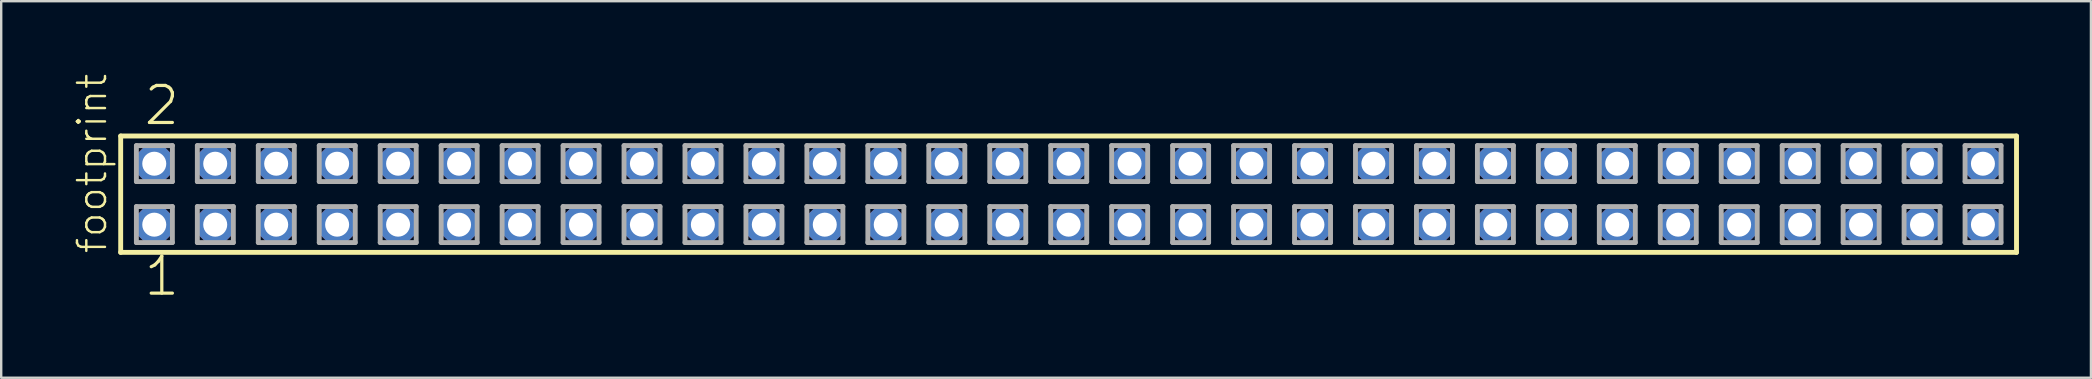
<source format=kicad_pcb>
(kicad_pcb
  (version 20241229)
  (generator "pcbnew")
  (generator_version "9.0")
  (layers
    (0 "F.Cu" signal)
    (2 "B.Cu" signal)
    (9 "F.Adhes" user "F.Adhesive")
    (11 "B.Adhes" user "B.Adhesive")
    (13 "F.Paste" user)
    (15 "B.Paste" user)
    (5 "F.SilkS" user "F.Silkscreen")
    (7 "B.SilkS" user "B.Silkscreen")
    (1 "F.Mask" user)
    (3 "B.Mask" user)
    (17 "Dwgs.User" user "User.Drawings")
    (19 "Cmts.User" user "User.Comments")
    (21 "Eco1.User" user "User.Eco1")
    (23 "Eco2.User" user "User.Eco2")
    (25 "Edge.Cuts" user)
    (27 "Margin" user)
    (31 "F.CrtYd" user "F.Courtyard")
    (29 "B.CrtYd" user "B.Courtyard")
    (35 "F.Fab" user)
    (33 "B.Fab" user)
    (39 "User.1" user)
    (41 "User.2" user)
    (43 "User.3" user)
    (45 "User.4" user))
  (footprint "footprint"
    (layer "F.Cu")
    (at 41.478 5.042)
    (property "Reference" "footprint" (at -40.005 2.54 90) (layer "F.SilkS") (effects (font (size 1.168 1.168) (thickness 0.102)) (justify left bottom)))
    (fp_line (start -39.499 -2.425) (end 39.499 -2.425) (stroke (width 0.203) (type solid)) (layer "F.SilkS"))
    (fp_line (start -39.499 2.425) (end -39.499 -2.425) (stroke (width 0.203) (type solid)) (layer "F.SilkS"))
    (fp_line (start 39.499 -2.425) (end 39.499 2.425) (stroke (width 0.203) (type solid)) (layer "F.SilkS"))
    (fp_line (start 39.499 2.425) (end -39.499 2.425) (stroke (width 0.203) (type solid)) (layer "F.SilkS"))
    (fp_line (start -38.845 -2.025) (end -37.345 -2.025) (stroke (width 0.203) (type solid)) (layer "F.Fab"))
    (fp_line (start -38.845 -0.525) (end -38.845 -2.025) (stroke (width 0.203) (type solid)) (layer "F.Fab"))
    (fp_line (start -38.845 0.515) (end -37.345 0.515) (stroke (width 0.203) (type solid)) (layer "F.Fab"))
    (fp_line (start -38.845 2.015) (end -38.845 0.515) (stroke (width 0.203) (type solid)) (layer "F.Fab"))
    (fp_line (start -37.345 -2.025) (end -37.345 -0.525) (stroke (width 0.203) (type solid)) (layer "F.Fab"))
    (fp_line (start -37.345 -0.525) (end -38.845 -0.525) (stroke (width 0.203) (type solid)) (layer "F.Fab"))
    (fp_line (start -37.345 0.515) (end -37.345 2.015) (stroke (width 0.203) (type solid)) (layer "F.Fab"))
    (fp_line (start -37.345 2.015) (end -38.845 2.015) (stroke (width 0.203) (type solid)) (layer "F.Fab"))
    (fp_line (start -36.305 -2.025) (end -34.805 -2.025) (stroke (width 0.203) (type solid)) (layer "F.Fab"))
    (fp_line (start -36.305 -0.525) (end -36.305 -2.025) (stroke (width 0.203) (type solid)) (layer "F.Fab"))
    (fp_line (start -36.305 0.515) (end -34.805 0.515) (stroke (width 0.203) (type solid)) (layer "F.Fab"))
    (fp_line (start -36.305 2.015) (end -36.305 0.515) (stroke (width 0.203) (type solid)) (layer "F.Fab"))
    (fp_line (start -34.805 -2.025) (end -34.805 -0.525) (stroke (width 0.203) (type solid)) (layer "F.Fab"))
    (fp_line (start -34.805 -0.525) (end -36.305 -0.525) (stroke (width 0.203) (type solid)) (layer "F.Fab"))
    (fp_line (start -34.805 0.515) (end -34.805 2.015) (stroke (width 0.203) (type solid)) (layer "F.Fab"))
    (fp_line (start -34.805 2.015) (end -36.305 2.015) (stroke (width 0.203) (type solid)) (layer "F.Fab"))
    (fp_line (start -33.765 -2.025) (end -32.265 -2.025) (stroke (width 0.203) (type solid)) (layer "F.Fab"))
    (fp_line (start -33.765 -0.525) (end -33.765 -2.025) (stroke (width 0.203) (type solid)) (layer "F.Fab"))
    (fp_line (start -33.765 0.515) (end -32.265 0.515) (stroke (width 0.203) (type solid)) (layer "F.Fab"))
    (fp_line (start -33.765 2.015) (end -33.765 0.515) (stroke (width 0.203) (type solid)) (layer "F.Fab"))
    (fp_line (start -32.265 -2.025) (end -32.265 -0.525) (stroke (width 0.203) (type solid)) (layer "F.Fab"))
    (fp_line (start -32.265 -0.525) (end -33.765 -0.525) (stroke (width 0.203) (type solid)) (layer "F.Fab"))
    (fp_line (start -32.265 0.515) (end -32.265 2.015) (stroke (width 0.203) (type solid)) (layer "F.Fab"))
    (fp_line (start -32.265 2.015) (end -33.765 2.015) (stroke (width 0.203) (type solid)) (layer "F.Fab"))
    (fp_line (start -31.225 -2.025) (end -29.725 -2.025) (stroke (width 0.203) (type solid)) (layer "F.Fab"))
    (fp_line (start -31.225 -0.525) (end -31.225 -2.025) (stroke (width 0.203) (type solid)) (layer "F.Fab"))
    (fp_line (start -31.225 0.515) (end -29.725 0.515) (stroke (width 0.203) (type solid)) (layer "F.Fab"))
    (fp_line (start -31.225 2.015) (end -31.225 0.515) (stroke (width 0.203) (type solid)) (layer "F.Fab"))
    (fp_line (start -29.725 -2.025) (end -29.725 -0.525) (stroke (width 0.203) (type solid)) (layer "F.Fab"))
    (fp_line (start -29.725 -0.525) (end -31.225 -0.525) (stroke (width 0.203) (type solid)) (layer "F.Fab"))
    (fp_line (start -29.725 0.515) (end -29.725 2.015) (stroke (width 0.203) (type solid)) (layer "F.Fab"))
    (fp_line (start -29.725 2.015) (end -31.225 2.015) (stroke (width 0.203) (type solid)) (layer "F.Fab"))
    (fp_line (start -28.685 -2.025) (end -27.185 -2.025) (stroke (width 0.203) (type solid)) (layer "F.Fab"))
    (fp_line (start -28.685 -0.525) (end -28.685 -2.025) (stroke (width 0.203) (type solid)) (layer "F.Fab"))
    (fp_line (start -28.685 0.515) (end -27.185 0.515) (stroke (width 0.203) (type solid)) (layer "F.Fab"))
    (fp_line (start -28.685 2.015) (end -28.685 0.515) (stroke (width 0.203) (type solid)) (layer "F.Fab"))
    (fp_line (start -27.185 -2.025) (end -27.185 -0.525) (stroke (width 0.203) (type solid)) (layer "F.Fab"))
    (fp_line (start -27.185 -0.525) (end -28.685 -0.525) (stroke (width 0.203) (type solid)) (layer "F.Fab"))
    (fp_line (start -27.185 0.515) (end -27.185 2.015) (stroke (width 0.203) (type solid)) (layer "F.Fab"))
    (fp_line (start -27.185 2.015) (end -28.685 2.015) (stroke (width 0.203) (type solid)) (layer "F.Fab"))
    (fp_line (start -26.145 -2.025) (end -24.645 -2.025) (stroke (width 0.203) (type solid)) (layer "F.Fab"))
    (fp_line (start -26.145 -0.525) (end -26.145 -2.025) (stroke (width 0.203) (type solid)) (layer "F.Fab"))
    (fp_line (start -26.145 0.515) (end -24.645 0.515) (stroke (width 0.203) (type solid)) (layer "F.Fab"))
    (fp_line (start -26.145 2.015) (end -26.145 0.515) (stroke (width 0.203) (type solid)) (layer "F.Fab"))
    (fp_line (start -24.645 -2.025) (end -24.645 -0.525) (stroke (width 0.203) (type solid)) (layer "F.Fab"))
    (fp_line (start -24.645 -0.525) (end -26.145 -0.525) (stroke (width 0.203) (type solid)) (layer "F.Fab"))
    (fp_line (start -24.645 0.515) (end -24.645 2.015) (stroke (width 0.203) (type solid)) (layer "F.Fab"))
    (fp_line (start -24.645 2.015) (end -26.145 2.015) (stroke (width 0.203) (type solid)) (layer "F.Fab"))
    (fp_line (start -23.605 -2.025) (end -22.105 -2.025) (stroke (width 0.203) (type solid)) (layer "F.Fab"))
    (fp_line (start -23.605 -0.525) (end -23.605 -2.025) (stroke (width 0.203) (type solid)) (layer "F.Fab"))
    (fp_line (start -23.605 0.515) (end -22.105 0.515) (stroke (width 0.203) (type solid)) (layer "F.Fab"))
    (fp_line (start -23.605 2.015) (end -23.605 0.515) (stroke (width 0.203) (type solid)) (layer "F.Fab"))
    (fp_line (start -22.105 -2.025) (end -22.105 -0.525) (stroke (width 0.203) (type solid)) (layer "F.Fab"))
    (fp_line (start -22.105 -0.525) (end -23.605 -0.525) (stroke (width 0.203) (type solid)) (layer "F.Fab"))
    (fp_line (start -22.105 0.515) (end -22.105 2.015) (stroke (width 0.203) (type solid)) (layer "F.Fab"))
    (fp_line (start -22.105 2.015) (end -23.605 2.015) (stroke (width 0.203) (type solid)) (layer "F.Fab"))
    (fp_line (start -21.065 -2.025) (end -19.565 -2.025) (stroke (width 0.203) (type solid)) (layer "F.Fab"))
    (fp_line (start -21.065 -0.525) (end -21.065 -2.025) (stroke (width 0.203) (type solid)) (layer "F.Fab"))
    (fp_line (start -21.065 0.515) (end -19.565 0.515) (stroke (width 0.203) (type solid)) (layer "F.Fab"))
    (fp_line (start -21.065 2.015) (end -21.065 0.515) (stroke (width 0.203) (type solid)) (layer "F.Fab"))
    (fp_line (start -19.565 -2.025) (end -19.565 -0.525) (stroke (width 0.203) (type solid)) (layer "F.Fab"))
    (fp_line (start -19.565 -0.525) (end -21.065 -0.525) (stroke (width 0.203) (type solid)) (layer "F.Fab"))
    (fp_line (start -19.565 0.515) (end -19.565 2.015) (stroke (width 0.203) (type solid)) (layer "F.Fab"))
    (fp_line (start -19.565 2.015) (end -21.065 2.015) (stroke (width 0.203) (type solid)) (layer "F.Fab"))
    (fp_line (start -18.525 -2.025) (end -17.025 -2.025) (stroke (width 0.203) (type solid)) (layer "F.Fab"))
    (fp_line (start -18.525 -0.525) (end -18.525 -2.025) (stroke (width 0.203) (type solid)) (layer "F.Fab"))
    (fp_line (start -18.525 0.515) (end -17.025 0.515) (stroke (width 0.203) (type solid)) (layer "F.Fab"))
    (fp_line (start -18.525 2.015) (end -18.525 0.515) (stroke (width 0.203) (type solid)) (layer "F.Fab"))
    (fp_line (start -17.025 -2.025) (end -17.025 -0.525) (stroke (width 0.203) (type solid)) (layer "F.Fab"))
    (fp_line (start -17.025 -0.525) (end -18.525 -0.525) (stroke (width 0.203) (type solid)) (layer "F.Fab"))
    (fp_line (start -17.025 0.515) (end -17.025 2.015) (stroke (width 0.203) (type solid)) (layer "F.Fab"))
    (fp_line (start -17.025 2.015) (end -18.525 2.015) (stroke (width 0.203) (type solid)) (layer "F.Fab"))
    (fp_line (start -15.985 -2.025) (end -14.485 -2.025) (stroke (width 0.203) (type solid)) (layer "F.Fab"))
    (fp_line (start -15.985 -0.525) (end -15.985 -2.025) (stroke (width 0.203) (type solid)) (layer "F.Fab"))
    (fp_line (start -15.985 0.515) (end -14.485 0.515) (stroke (width 0.203) (type solid)) (layer "F.Fab"))
    (fp_line (start -15.985 2.015) (end -15.985 0.515) (stroke (width 0.203) (type solid)) (layer "F.Fab"))
    (fp_line (start -14.485 -2.025) (end -14.485 -0.525) (stroke (width 0.203) (type solid)) (layer "F.Fab"))
    (fp_line (start -14.485 -0.525) (end -15.985 -0.525) (stroke (width 0.203) (type solid)) (layer "F.Fab"))
    (fp_line (start -14.485 0.515) (end -14.485 2.015) (stroke (width 0.203) (type solid)) (layer "F.Fab"))
    (fp_line (start -14.485 2.015) (end -15.985 2.015) (stroke (width 0.203) (type solid)) (layer "F.Fab"))
    (fp_line (start -13.445 -2.025) (end -11.945 -2.025) (stroke (width 0.203) (type solid)) (layer "F.Fab"))
    (fp_line (start -13.445 -0.525) (end -13.445 -2.025) (stroke (width 0.203) (type solid)) (layer "F.Fab"))
    (fp_line (start -13.445 0.515) (end -11.945 0.515) (stroke (width 0.203) (type solid)) (layer "F.Fab"))
    (fp_line (start -13.445 2.015) (end -13.445 0.515) (stroke (width 0.203) (type solid)) (layer "F.Fab"))
    (fp_line (start -11.945 -2.025) (end -11.945 -0.525) (stroke (width 0.203) (type solid)) (layer "F.Fab"))
    (fp_line (start -11.945 -0.525) (end -13.445 -0.525) (stroke (width 0.203) (type solid)) (layer "F.Fab"))
    (fp_line (start -11.945 0.515) (end -11.945 2.015) (stroke (width 0.203) (type solid)) (layer "F.Fab"))
    (fp_line (start -11.945 2.015) (end -13.445 2.015) (stroke (width 0.203) (type solid)) (layer "F.Fab"))
    (fp_line (start -10.905 -2.025) (end -9.405 -2.025) (stroke (width 0.203) (type solid)) (layer "F.Fab"))
    (fp_line (start -10.905 -0.525) (end -10.905 -2.025) (stroke (width 0.203) (type solid)) (layer "F.Fab"))
    (fp_line (start -10.905 0.515) (end -9.405 0.515) (stroke (width 0.203) (type solid)) (layer "F.Fab"))
    (fp_line (start -10.905 2.015) (end -10.905 0.515) (stroke (width 0.203) (type solid)) (layer "F.Fab"))
    (fp_line (start -9.405 -2.025) (end -9.405 -0.525) (stroke (width 0.203) (type solid)) (layer "F.Fab"))
    (fp_line (start -9.405 -0.525) (end -10.905 -0.525) (stroke (width 0.203) (type solid)) (layer "F.Fab"))
    (fp_line (start -9.405 0.515) (end -9.405 2.015) (stroke (width 0.203) (type solid)) (layer "F.Fab"))
    (fp_line (start -9.405 2.015) (end -10.905 2.015) (stroke (width 0.203) (type solid)) (layer "F.Fab"))
    (fp_line (start -8.365 -2.025) (end -6.865 -2.025) (stroke (width 0.203) (type solid)) (layer "F.Fab"))
    (fp_line (start -8.365 -0.525) (end -8.365 -2.025) (stroke (width 0.203) (type solid)) (layer "F.Fab"))
    (fp_line (start -8.365 0.515) (end -6.865 0.515) (stroke (width 0.203) (type solid)) (layer "F.Fab"))
    (fp_line (start -8.365 2.015) (end -8.365 0.515) (stroke (width 0.203) (type solid)) (layer "F.Fab"))
    (fp_line (start -6.865 -2.025) (end -6.865 -0.525) (stroke (width 0.203) (type solid)) (layer "F.Fab"))
    (fp_line (start -6.865 -0.525) (end -8.365 -0.525) (stroke (width 0.203) (type solid)) (layer "F.Fab"))
    (fp_line (start -6.865 0.515) (end -6.865 2.015) (stroke (width 0.203) (type solid)) (layer "F.Fab"))
    (fp_line (start -6.865 2.015) (end -8.365 2.015) (stroke (width 0.203) (type solid)) (layer "F.Fab"))
    (fp_line (start -5.825 -2.025) (end -4.325 -2.025) (stroke (width 0.203) (type solid)) (layer "F.Fab"))
    (fp_line (start -5.825 -0.525) (end -5.825 -2.025) (stroke (width 0.203) (type solid)) (layer "F.Fab"))
    (fp_line (start -5.825 0.515) (end -4.325 0.515) (stroke (width 0.203) (type solid)) (layer "F.Fab"))
    (fp_line (start -5.825 2.015) (end -5.825 0.515) (stroke (width 0.203) (type solid)) (layer "F.Fab"))
    (fp_line (start -4.325 -2.025) (end -4.325 -0.525) (stroke (width 0.203) (type solid)) (layer "F.Fab"))
    (fp_line (start -4.325 -0.525) (end -5.825 -0.525) (stroke (width 0.203) (type solid)) (layer "F.Fab"))
    (fp_line (start -4.325 0.515) (end -4.325 2.015) (stroke (width 0.203) (type solid)) (layer "F.Fab"))
    (fp_line (start -4.325 2.015) (end -5.825 2.015) (stroke (width 0.203) (type solid)) (layer "F.Fab"))
    (fp_line (start -3.285 -2.025) (end -1.785 -2.025) (stroke (width 0.203) (type solid)) (layer "F.Fab"))
    (fp_line (start -3.285 -0.525) (end -3.285 -2.025) (stroke (width 0.203) (type solid)) (layer "F.Fab"))
    (fp_line (start -3.285 0.515) (end -1.785 0.515) (stroke (width 0.203) (type solid)) (layer "F.Fab"))
    (fp_line (start -3.285 2.015) (end -3.285 0.515) (stroke (width 0.203) (type solid)) (layer "F.Fab"))
    (fp_line (start -1.785 -2.025) (end -1.785 -0.525) (stroke (width 0.203) (type solid)) (layer "F.Fab"))
    (fp_line (start -1.785 -0.525) (end -3.285 -0.525) (stroke (width 0.203) (type solid)) (layer "F.Fab"))
    (fp_line (start -1.785 0.515) (end -1.785 2.015) (stroke (width 0.203) (type solid)) (layer "F.Fab"))
    (fp_line (start -1.785 2.015) (end -3.285 2.015) (stroke (width 0.203) (type solid)) (layer "F.Fab"))
    (fp_line (start -0.745 -2.025) (end 0.755 -2.025) (stroke (width 0.203) (type solid)) (layer "F.Fab"))
    (fp_line (start -0.745 -0.525) (end -0.745 -2.025) (stroke (width 0.203) (type solid)) (layer "F.Fab"))
    (fp_line (start -0.745 0.515) (end 0.755 0.515) (stroke (width 0.203) (type solid)) (layer "F.Fab"))
    (fp_line (start -0.745 2.015) (end -0.745 0.515) (stroke (width 0.203) (type solid)) (layer "F.Fab"))
    (fp_line (start 0.755 -2.025) (end 0.755 -0.525) (stroke (width 0.203) (type solid)) (layer "F.Fab"))
    (fp_line (start 0.755 -0.525) (end -0.745 -0.525) (stroke (width 0.203) (type solid)) (layer "F.Fab"))
    (fp_line (start 0.755 0.515) (end 0.755 2.015) (stroke (width 0.203) (type solid)) (layer "F.Fab"))
    (fp_line (start 0.755 2.015) (end -0.745 2.015) (stroke (width 0.203) (type solid)) (layer "F.Fab"))
    (fp_line (start 1.795 -2.025) (end 3.295 -2.025) (stroke (width 0.203) (type solid)) (layer "F.Fab"))
    (fp_line (start 1.795 -0.525) (end 1.795 -2.025) (stroke (width 0.203) (type solid)) (layer "F.Fab"))
    (fp_line (start 1.795 0.515) (end 3.295 0.515) (stroke (width 0.203) (type solid)) (layer "F.Fab"))
    (fp_line (start 1.795 2.015) (end 1.795 0.515) (stroke (width 0.203) (type solid)) (layer "F.Fab"))
    (fp_line (start 3.295 -2.025) (end 3.295 -0.525) (stroke (width 0.203) (type solid)) (layer "F.Fab"))
    (fp_line (start 3.295 -0.525) (end 1.795 -0.525) (stroke (width 0.203) (type solid)) (layer "F.Fab"))
    (fp_line (start 3.295 0.515) (end 3.295 2.015) (stroke (width 0.203) (type solid)) (layer "F.Fab"))
    (fp_line (start 3.295 2.015) (end 1.795 2.015) (stroke (width 0.203) (type solid)) (layer "F.Fab"))
    (fp_line (start 4.335 -2.025) (end 5.835 -2.025) (stroke (width 0.203) (type solid)) (layer "F.Fab"))
    (fp_line (start 4.335 -0.525) (end 4.335 -2.025) (stroke (width 0.203) (type solid)) (layer "F.Fab"))
    (fp_line (start 4.335 0.515) (end 5.835 0.515) (stroke (width 0.203) (type solid)) (layer "F.Fab"))
    (fp_line (start 4.335 2.015) (end 4.335 0.515) (stroke (width 0.203) (type solid)) (layer "F.Fab"))
    (fp_line (start 5.835 -2.025) (end 5.835 -0.525) (stroke (width 0.203) (type solid)) (layer "F.Fab"))
    (fp_line (start 5.835 -0.525) (end 4.335 -0.525) (stroke (width 0.203) (type solid)) (layer "F.Fab"))
    (fp_line (start 5.835 0.515) (end 5.835 2.015) (stroke (width 0.203) (type solid)) (layer "F.Fab"))
    (fp_line (start 5.835 2.015) (end 4.335 2.015) (stroke (width 0.203) (type solid)) (layer "F.Fab"))
    (fp_line (start 6.875 -2.025) (end 8.375 -2.025) (stroke (width 0.203) (type solid)) (layer "F.Fab"))
    (fp_line (start 6.875 -0.525) (end 6.875 -2.025) (stroke (width 0.203) (type solid)) (layer "F.Fab"))
    (fp_line (start 6.875 0.515) (end 8.375 0.515) (stroke (width 0.203) (type solid)) (layer "F.Fab"))
    (fp_line (start 6.875 2.015) (end 6.875 0.515) (stroke (width 0.203) (type solid)) (layer "F.Fab"))
    (fp_line (start 8.375 -2.025) (end 8.375 -0.525) (stroke (width 0.203) (type solid)) (layer "F.Fab"))
    (fp_line (start 8.375 -0.525) (end 6.875 -0.525) (stroke (width 0.203) (type solid)) (layer "F.Fab"))
    (fp_line (start 8.375 0.515) (end 8.375 2.015) (stroke (width 0.203) (type solid)) (layer "F.Fab"))
    (fp_line (start 8.375 2.015) (end 6.875 2.015) (stroke (width 0.203) (type solid)) (layer "F.Fab"))
    (fp_line (start 9.415 -2.025) (end 10.915 -2.025) (stroke (width 0.203) (type solid)) (layer "F.Fab"))
    (fp_line (start 9.415 -0.525) (end 9.415 -2.025) (stroke (width 0.203) (type solid)) (layer "F.Fab"))
    (fp_line (start 9.415 0.515) (end 10.915 0.515) (stroke (width 0.203) (type solid)) (layer "F.Fab"))
    (fp_line (start 9.415 2.015) (end 9.415 0.515) (stroke (width 0.203) (type solid)) (layer "F.Fab"))
    (fp_line (start 10.915 -2.025) (end 10.915 -0.525) (stroke (width 0.203) (type solid)) (layer "F.Fab"))
    (fp_line (start 10.915 -0.525) (end 9.415 -0.525) (stroke (width 0.203) (type solid)) (layer "F.Fab"))
    (fp_line (start 10.915 0.515) (end 10.915 2.015) (stroke (width 0.203) (type solid)) (layer "F.Fab"))
    (fp_line (start 10.915 2.015) (end 9.415 2.015) (stroke (width 0.203) (type solid)) (layer "F.Fab"))
    (fp_line (start 11.955 -2.025) (end 13.455 -2.025) (stroke (width 0.203) (type solid)) (layer "F.Fab"))
    (fp_line (start 11.955 -0.525) (end 11.955 -2.025) (stroke (width 0.203) (type solid)) (layer "F.Fab"))
    (fp_line (start 11.955 0.515) (end 13.455 0.515) (stroke (width 0.203) (type solid)) (layer "F.Fab"))
    (fp_line (start 11.955 2.015) (end 11.955 0.515) (stroke (width 0.203) (type solid)) (layer "F.Fab"))
    (fp_line (start 13.455 -2.025) (end 13.455 -0.525) (stroke (width 0.203) (type solid)) (layer "F.Fab"))
    (fp_line (start 13.455 -0.525) (end 11.955 -0.525) (stroke (width 0.203) (type solid)) (layer "F.Fab"))
    (fp_line (start 13.455 0.515) (end 13.455 2.015) (stroke (width 0.203) (type solid)) (layer "F.Fab"))
    (fp_line (start 13.455 2.015) (end 11.955 2.015) (stroke (width 0.203) (type solid)) (layer "F.Fab"))
    (fp_line (start 14.495 -2.025) (end 15.995 -2.025) (stroke (width 0.203) (type solid)) (layer "F.Fab"))
    (fp_line (start 14.495 -0.525) (end 14.495 -2.025) (stroke (width 0.203) (type solid)) (layer "F.Fab"))
    (fp_line (start 14.495 0.515) (end 15.995 0.515) (stroke (width 0.203) (type solid)) (layer "F.Fab"))
    (fp_line (start 14.495 2.015) (end 14.495 0.515) (stroke (width 0.203) (type solid)) (layer "F.Fab"))
    (fp_line (start 15.995 -2.025) (end 15.995 -0.525) (stroke (width 0.203) (type solid)) (layer "F.Fab"))
    (fp_line (start 15.995 -0.525) (end 14.495 -0.525) (stroke (width 0.203) (type solid)) (layer "F.Fab"))
    (fp_line (start 15.995 0.515) (end 15.995 2.015) (stroke (width 0.203) (type solid)) (layer "F.Fab"))
    (fp_line (start 15.995 2.015) (end 14.495 2.015) (stroke (width 0.203) (type solid)) (layer "F.Fab"))
    (fp_line (start 17.035 -2.025) (end 18.535 -2.025) (stroke (width 0.203) (type solid)) (layer "F.Fab"))
    (fp_line (start 17.035 -0.525) (end 17.035 -2.025) (stroke (width 0.203) (type solid)) (layer "F.Fab"))
    (fp_line (start 17.035 0.515) (end 18.535 0.515) (stroke (width 0.203) (type solid)) (layer "F.Fab"))
    (fp_line (start 17.035 2.015) (end 17.035 0.515) (stroke (width 0.203) (type solid)) (layer "F.Fab"))
    (fp_line (start 18.535 -2.025) (end 18.535 -0.525) (stroke (width 0.203) (type solid)) (layer "F.Fab"))
    (fp_line (start 18.535 -0.525) (end 17.035 -0.525) (stroke (width 0.203) (type solid)) (layer "F.Fab"))
    (fp_line (start 18.535 0.515) (end 18.535 2.015) (stroke (width 0.203) (type solid)) (layer "F.Fab"))
    (fp_line (start 18.535 2.015) (end 17.035 2.015) (stroke (width 0.203) (type solid)) (layer "F.Fab"))
    (fp_line (start 19.575 -2.025) (end 21.075 -2.025) (stroke (width 0.203) (type solid)) (layer "F.Fab"))
    (fp_line (start 19.575 -0.525) (end 19.575 -2.025) (stroke (width 0.203) (type solid)) (layer "F.Fab"))
    (fp_line (start 19.575 0.515) (end 21.075 0.515) (stroke (width 0.203) (type solid)) (layer "F.Fab"))
    (fp_line (start 19.575 2.015) (end 19.575 0.515) (stroke (width 0.203) (type solid)) (layer "F.Fab"))
    (fp_line (start 21.075 -2.025) (end 21.075 -0.525) (stroke (width 0.203) (type solid)) (layer "F.Fab"))
    (fp_line (start 21.075 -0.525) (end 19.575 -0.525) (stroke (width 0.203) (type solid)) (layer "F.Fab"))
    (fp_line (start 21.075 0.515) (end 21.075 2.015) (stroke (width 0.203) (type solid)) (layer "F.Fab"))
    (fp_line (start 21.075 2.015) (end 19.575 2.015) (stroke (width 0.203) (type solid)) (layer "F.Fab"))
    (fp_line (start 22.115 -2.025) (end 23.615 -2.025) (stroke (width 0.203) (type solid)) (layer "F.Fab"))
    (fp_line (start 22.115 -0.525) (end 22.115 -2.025) (stroke (width 0.203) (type solid)) (layer "F.Fab"))
    (fp_line (start 22.115 0.515) (end 23.615 0.515) (stroke (width 0.203) (type solid)) (layer "F.Fab"))
    (fp_line (start 22.115 2.015) (end 22.115 0.515) (stroke (width 0.203) (type solid)) (layer "F.Fab"))
    (fp_line (start 23.615 -2.025) (end 23.615 -0.525) (stroke (width 0.203) (type solid)) (layer "F.Fab"))
    (fp_line (start 23.615 -0.525) (end 22.115 -0.525) (stroke (width 0.203) (type solid)) (layer "F.Fab"))
    (fp_line (start 23.615 0.515) (end 23.615 2.015) (stroke (width 0.203) (type solid)) (layer "F.Fab"))
    (fp_line (start 23.615 2.015) (end 22.115 2.015) (stroke (width 0.203) (type solid)) (layer "F.Fab"))
    (fp_line (start 24.655 -2.025) (end 26.155 -2.025) (stroke (width 0.203) (type solid)) (layer "F.Fab"))
    (fp_line (start 24.655 -0.525) (end 24.655 -2.025) (stroke (width 0.203) (type solid)) (layer "F.Fab"))
    (fp_line (start 24.655 0.515) (end 26.155 0.515) (stroke (width 0.203) (type solid)) (layer "F.Fab"))
    (fp_line (start 24.655 2.015) (end 24.655 0.515) (stroke (width 0.203) (type solid)) (layer "F.Fab"))
    (fp_line (start 26.155 -2.025) (end 26.155 -0.525) (stroke (width 0.203) (type solid)) (layer "F.Fab"))
    (fp_line (start 26.155 -0.525) (end 24.655 -0.525) (stroke (width 0.203) (type solid)) (layer "F.Fab"))
    (fp_line (start 26.155 0.515) (end 26.155 2.015) (stroke (width 0.203) (type solid)) (layer "F.Fab"))
    (fp_line (start 26.155 2.015) (end 24.655 2.015) (stroke (width 0.203) (type solid)) (layer "F.Fab"))
    (fp_line (start 27.195 -2.025) (end 28.695 -2.025) (stroke (width 0.203) (type solid)) (layer "F.Fab"))
    (fp_line (start 27.195 -0.525) (end 27.195 -2.025) (stroke (width 0.203) (type solid)) (layer "F.Fab"))
    (fp_line (start 27.195 0.515) (end 28.695 0.515) (stroke (width 0.203) (type solid)) (layer "F.Fab"))
    (fp_line (start 27.195 2.015) (end 27.195 0.515) (stroke (width 0.203) (type solid)) (layer "F.Fab"))
    (fp_line (start 28.695 -2.025) (end 28.695 -0.525) (stroke (width 0.203) (type solid)) (layer "F.Fab"))
    (fp_line (start 28.695 -0.525) (end 27.195 -0.525) (stroke (width 0.203) (type solid)) (layer "F.Fab"))
    (fp_line (start 28.695 0.515) (end 28.695 2.015) (stroke (width 0.203) (type solid)) (layer "F.Fab"))
    (fp_line (start 28.695 2.015) (end 27.195 2.015) (stroke (width 0.203) (type solid)) (layer "F.Fab"))
    (fp_line (start 29.735 -2.025) (end 31.235 -2.025) (stroke (width 0.203) (type solid)) (layer "F.Fab"))
    (fp_line (start 29.735 -0.525) (end 29.735 -2.025) (stroke (width 0.203) (type solid)) (layer "F.Fab"))
    (fp_line (start 29.735 0.515) (end 31.235 0.515) (stroke (width 0.203) (type solid)) (layer "F.Fab"))
    (fp_line (start 29.735 2.015) (end 29.735 0.515) (stroke (width 0.203) (type solid)) (layer "F.Fab"))
    (fp_line (start 31.235 -2.025) (end 31.235 -0.525) (stroke (width 0.203) (type solid)) (layer "F.Fab"))
    (fp_line (start 31.235 -0.525) (end 29.735 -0.525) (stroke (width 0.203) (type solid)) (layer "F.Fab"))
    (fp_line (start 31.235 0.515) (end 31.235 2.015) (stroke (width 0.203) (type solid)) (layer "F.Fab"))
    (fp_line (start 31.235 2.015) (end 29.735 2.015) (stroke (width 0.203) (type solid)) (layer "F.Fab"))
    (fp_line (start 32.275 -2.025) (end 33.775 -2.025) (stroke (width 0.203) (type solid)) (layer "F.Fab"))
    (fp_line (start 32.275 -0.525) (end 32.275 -2.025) (stroke (width 0.203) (type solid)) (layer "F.Fab"))
    (fp_line (start 32.275 0.515) (end 33.775 0.515) (stroke (width 0.203) (type solid)) (layer "F.Fab"))
    (fp_line (start 32.275 2.015) (end 32.275 0.515) (stroke (width 0.203) (type solid)) (layer "F.Fab"))
    (fp_line (start 33.775 -2.025) (end 33.775 -0.525) (stroke (width 0.203) (type solid)) (layer "F.Fab"))
    (fp_line (start 33.775 -0.525) (end 32.275 -0.525) (stroke (width 0.203) (type solid)) (layer "F.Fab"))
    (fp_line (start 33.775 0.515) (end 33.775 2.015) (stroke (width 0.203) (type solid)) (layer "F.Fab"))
    (fp_line (start 33.775 2.015) (end 32.275 2.015) (stroke (width 0.203) (type solid)) (layer "F.Fab"))
    (fp_line (start 34.815 -2.025) (end 36.315 -2.025) (stroke (width 0.203) (type solid)) (layer "F.Fab"))
    (fp_line (start 34.815 -0.525) (end 34.815 -2.025) (stroke (width 0.203) (type solid)) (layer "F.Fab"))
    (fp_line (start 34.815 0.515) (end 36.315 0.515) (stroke (width 0.203) (type solid)) (layer "F.Fab"))
    (fp_line (start 34.815 2.015) (end 34.815 0.515) (stroke (width 0.203) (type solid)) (layer "F.Fab"))
    (fp_line (start 36.315 -2.025) (end 36.315 -0.525) (stroke (width 0.203) (type solid)) (layer "F.Fab"))
    (fp_line (start 36.315 -0.525) (end 34.815 -0.525) (stroke (width 0.203) (type solid)) (layer "F.Fab"))
    (fp_line (start 36.315 0.515) (end 36.315 2.015) (stroke (width 0.203) (type solid)) (layer "F.Fab"))
    (fp_line (start 36.315 2.015) (end 34.815 2.015) (stroke (width 0.203) (type solid)) (layer "F.Fab"))
    (fp_line (start 37.355 -2.025) (end 38.855 -2.025) (stroke (width 0.203) (type solid)) (layer "F.Fab"))
    (fp_line (start 37.355 -0.525) (end 37.355 -2.025) (stroke (width 0.203) (type solid)) (layer "F.Fab"))
    (fp_line (start 37.355 0.515) (end 38.855 0.515) (stroke (width 0.203) (type solid)) (layer "F.Fab"))
    (fp_line (start 37.355 2.015) (end 37.355 0.515) (stroke (width 0.203) (type solid)) (layer "F.Fab"))
    (fp_line (start 38.855 -2.025) (end 38.855 -0.525) (stroke (width 0.203) (type solid)) (layer "F.Fab"))
    (fp_line (start 38.855 -0.525) (end 37.355 -0.525) (stroke (width 0.203) (type solid)) (layer "F.Fab"))
    (fp_line (start 38.855 0.515) (end 38.855 2.015) (stroke (width 0.203) (type solid)) (layer "F.Fab"))
    (fp_line (start 38.855 2.015) (end 37.355 2.015) (stroke (width 0.203) (type solid)) (layer "F.Fab"))
    (fp_text user "1" (at -38.608 4.318 0) (layer "F.SilkS") (effects (font (size 1.542 1.542) (thickness 0.134)) (justify left bottom)))
    (fp_text user "2" (at -38.608 -2.794 0) (layer "F.SilkS") (effects (font (size 1.542 1.542) (thickness 0.134)) (justify left bottom)))
    (pad "1" thru_hole roundrect (at -38.1 1.27) (size 1.5 1.5) (drill 1) (layers "*.Cu" "*.Mask") (roundrect_rratio 0.25) (chamfer_ratio 0.25) (chamfer top_left top_right bottom_left bottom_right))
    (pad "2" thru_hole roundrect (at -38.1 -1.27) (size 1.5 1.5) (drill 1) (layers "*.Cu" "*.Mask") (roundrect_rratio 0.25) (chamfer_ratio 0.25) (chamfer top_left top_right bottom_left bottom_right))
    (pad "3" thru_hole roundrect (at -35.56 1.27) (size 1.5 1.5) (drill 1) (layers "*.Cu" "*.Mask") (roundrect_rratio 0.25) (chamfer_ratio 0.25) (chamfer top_left top_right bottom_left bottom_right))
    (pad "4" thru_hole roundrect (at -35.56 -1.27) (size 1.5 1.5) (drill 1) (layers "*.Cu" "*.Mask") (roundrect_rratio 0.25) (chamfer_ratio 0.25) (chamfer top_left top_right bottom_left bottom_right))
    (pad "5" thru_hole roundrect (at -33.02 1.27) (size 1.5 1.5) (drill 1) (layers "*.Cu" "*.Mask") (roundrect_rratio 0.25) (chamfer_ratio 0.25) (chamfer top_left top_right bottom_left bottom_right))
    (pad "6" thru_hole roundrect (at -33.02 -1.27) (size 1.5 1.5) (drill 1) (layers "*.Cu" "*.Mask") (roundrect_rratio 0.25) (chamfer_ratio 0.25) (chamfer top_left top_right bottom_left bottom_right))
    (pad "7" thru_hole roundrect (at -30.48 1.27) (size 1.5 1.5) (drill 1) (layers "*.Cu" "*.Mask") (roundrect_rratio 0.25) (chamfer_ratio 0.25) (chamfer top_left top_right bottom_left bottom_right))
    (pad "8" thru_hole roundrect (at -30.48 -1.27) (size 1.5 1.5) (drill 1) (layers "*.Cu" "*.Mask") (roundrect_rratio 0.25) (chamfer_ratio 0.25) (chamfer top_left top_right bottom_left bottom_right))
    (pad "9" thru_hole roundrect (at -27.94 1.27) (size 1.5 1.5) (drill 1) (layers "*.Cu" "*.Mask") (roundrect_rratio 0.25) (chamfer_ratio 0.25) (chamfer top_left top_right bottom_left bottom_right))
    (pad "10" thru_hole roundrect (at -27.94 -1.27) (size 1.5 1.5) (drill 1) (layers "*.Cu" "*.Mask") (roundrect_rratio 0.25) (chamfer_ratio 0.25) (chamfer top_left top_right bottom_left bottom_right))
    (pad "11" thru_hole roundrect (at -25.4 1.27) (size 1.5 1.5) (drill 1) (layers "*.Cu" "*.Mask") (roundrect_rratio 0.25) (chamfer_ratio 0.25) (chamfer top_left top_right bottom_left bottom_right))
    (pad "12" thru_hole roundrect (at -25.4 -1.27) (size 1.5 1.5) (drill 1) (layers "*.Cu" "*.Mask") (roundrect_rratio 0.25) (chamfer_ratio 0.25) (chamfer top_left top_right bottom_left bottom_right))
    (pad "13" thru_hole roundrect (at -22.86 1.27) (size 1.5 1.5) (drill 1) (layers "*.Cu" "*.Mask") (roundrect_rratio 0.25) (chamfer_ratio 0.25) (chamfer top_left top_right bottom_left bottom_right))
    (pad "14" thru_hole roundrect (at -22.86 -1.27) (size 1.5 1.5) (drill 1) (layers "*.Cu" "*.Mask") (roundrect_rratio 0.25) (chamfer_ratio 0.25) (chamfer top_left top_right bottom_left bottom_right))
    (pad "15" thru_hole roundrect (at -20.32 1.27) (size 1.5 1.5) (drill 1) (layers "*.Cu" "*.Mask") (roundrect_rratio 0.25) (chamfer_ratio 0.25) (chamfer top_left top_right bottom_left bottom_right))
    (pad "16" thru_hole roundrect (at -20.32 -1.27) (size 1.5 1.5) (drill 1) (layers "*.Cu" "*.Mask") (roundrect_rratio 0.25) (chamfer_ratio 0.25) (chamfer top_left top_right bottom_left bottom_right))
    (pad "17" thru_hole roundrect (at -17.78 1.27) (size 1.5 1.5) (drill 1) (layers "*.Cu" "*.Mask") (roundrect_rratio 0.25) (chamfer_ratio 0.25) (chamfer top_left top_right bottom_left bottom_right))
    (pad "18" thru_hole roundrect (at -17.78 -1.27) (size 1.5 1.5) (drill 1) (layers "*.Cu" "*.Mask") (roundrect_rratio 0.25) (chamfer_ratio 0.25) (chamfer top_left top_right bottom_left bottom_right))
    (pad "19" thru_hole roundrect (at -15.24 1.27) (size 1.5 1.5) (drill 1) (layers "*.Cu" "*.Mask") (roundrect_rratio 0.25) (chamfer_ratio 0.25) (chamfer top_left top_right bottom_left bottom_right))
    (pad "20" thru_hole roundrect (at -15.24 -1.27) (size 1.5 1.5) (drill 1) (layers "*.Cu" "*.Mask") (roundrect_rratio 0.25) (chamfer_ratio 0.25) (chamfer top_left top_right bottom_left bottom_right))
    (pad "21" thru_hole roundrect (at -12.7 1.27) (size 1.5 1.5) (drill 1) (layers "*.Cu" "*.Mask") (roundrect_rratio 0.25) (chamfer_ratio 0.25) (chamfer top_left top_right bottom_left bottom_right))
    (pad "22" thru_hole roundrect (at -12.7 -1.27) (size 1.5 1.5) (drill 1) (layers "*.Cu" "*.Mask") (roundrect_rratio 0.25) (chamfer_ratio 0.25) (chamfer top_left top_right bottom_left bottom_right))
    (pad "23" thru_hole roundrect (at -10.16 1.27) (size 1.5 1.5) (drill 1) (layers "*.Cu" "*.Mask") (roundrect_rratio 0.25) (chamfer_ratio 0.25) (chamfer top_left top_right bottom_left bottom_right))
    (pad "24" thru_hole roundrect (at -10.16 -1.27) (size 1.5 1.5) (drill 1) (layers "*.Cu" "*.Mask") (roundrect_rratio 0.25) (chamfer_ratio 0.25) (chamfer top_left top_right bottom_left bottom_right))
    (pad "25" thru_hole roundrect (at -7.62 1.27) (size 1.5 1.5) (drill 1) (layers "*.Cu" "*.Mask") (roundrect_rratio 0.25) (chamfer_ratio 0.25) (chamfer top_left top_right bottom_left bottom_right))
    (pad "26" thru_hole roundrect (at -7.62 -1.27) (size 1.5 1.5) (drill 1) (layers "*.Cu" "*.Mask") (roundrect_rratio 0.25) (chamfer_ratio 0.25) (chamfer top_left top_right bottom_left bottom_right))
    (pad "27" thru_hole roundrect (at -5.08 1.27) (size 1.5 1.5) (drill 1) (layers "*.Cu" "*.Mask") (roundrect_rratio 0.25) (chamfer_ratio 0.25) (chamfer top_left top_right bottom_left bottom_right))
    (pad "28" thru_hole roundrect (at -5.08 -1.27) (size 1.5 1.5) (drill 1) (layers "*.Cu" "*.Mask") (roundrect_rratio 0.25) (chamfer_ratio 0.25) (chamfer top_left top_right bottom_left bottom_right))
    (pad "29" thru_hole roundrect (at -2.54 1.27) (size 1.5 1.5) (drill 1) (layers "*.Cu" "*.Mask") (roundrect_rratio 0.25) (chamfer_ratio 0.25) (chamfer top_left top_right bottom_left bottom_right))
    (pad "30" thru_hole roundrect (at -2.54 -1.27) (size 1.5 1.5) (drill 1) (layers "*.Cu" "*.Mask") (roundrect_rratio 0.25) (chamfer_ratio 0.25) (chamfer top_left top_right bottom_left bottom_right))
    (pad "31" thru_hole roundrect (at 0 1.27) (size 1.5 1.5) (drill 1) (layers "*.Cu" "*.Mask") (roundrect_rratio 0.25) (chamfer_ratio 0.25) (chamfer top_left top_right bottom_left bottom_right))
    (pad "32" thru_hole roundrect (at 0 -1.27) (size 1.5 1.5) (drill 1) (layers "*.Cu" "*.Mask") (roundrect_rratio 0.25) (chamfer_ratio 0.25) (chamfer top_left top_right bottom_left bottom_right))
    (pad "33" thru_hole roundrect (at 2.54 1.27) (size 1.5 1.5) (drill 1) (layers "*.Cu" "*.Mask") (roundrect_rratio 0.25) (chamfer_ratio 0.25) (chamfer top_left top_right bottom_left bottom_right))
    (pad "34" thru_hole roundrect (at 2.54 -1.27) (size 1.5 1.5) (drill 1) (layers "*.Cu" "*.Mask") (roundrect_rratio 0.25) (chamfer_ratio 0.25) (chamfer top_left top_right bottom_left bottom_right))
    (pad "35" thru_hole roundrect (at 5.08 1.27) (size 1.5 1.5) (drill 1) (layers "*.Cu" "*.Mask") (roundrect_rratio 0.25) (chamfer_ratio 0.25) (chamfer top_left top_right bottom_left bottom_right))
    (pad "36" thru_hole roundrect (at 5.08 -1.27) (size 1.5 1.5) (drill 1) (layers "*.Cu" "*.Mask") (roundrect_rratio 0.25) (chamfer_ratio 0.25) (chamfer top_left top_right bottom_left bottom_right))
    (pad "37" thru_hole roundrect (at 7.62 1.27) (size 1.5 1.5) (drill 1) (layers "*.Cu" "*.Mask") (roundrect_rratio 0.25) (chamfer_ratio 0.25) (chamfer top_left top_right bottom_left bottom_right))
    (pad "38" thru_hole roundrect (at 7.62 -1.27) (size 1.5 1.5) (drill 1) (layers "*.Cu" "*.Mask") (roundrect_rratio 0.25) (chamfer_ratio 0.25) (chamfer top_left top_right bottom_left bottom_right))
    (pad "39" thru_hole roundrect (at 10.16 1.27) (size 1.5 1.5) (drill 1) (layers "*.Cu" "*.Mask") (roundrect_rratio 0.25) (chamfer_ratio 0.25) (chamfer top_left top_right bottom_left bottom_right))
    (pad "40" thru_hole roundrect (at 10.16 -1.27) (size 1.5 1.5) (drill 1) (layers "*.Cu" "*.Mask") (roundrect_rratio 0.25) (chamfer_ratio 0.25) (chamfer top_left top_right bottom_left bottom_right))
    (pad "41" thru_hole roundrect (at 12.7 1.27) (size 1.5 1.5) (drill 1) (layers "*.Cu" "*.Mask") (roundrect_rratio 0.25) (chamfer_ratio 0.25) (chamfer top_left top_right bottom_left bottom_right))
    (pad "42" thru_hole roundrect (at 12.7 -1.27) (size 1.5 1.5) (drill 1) (layers "*.Cu" "*.Mask") (roundrect_rratio 0.25) (chamfer_ratio 0.25) (chamfer top_left top_right bottom_left bottom_right))
    (pad "43" thru_hole roundrect (at 15.24 1.27) (size 1.5 1.5) (drill 1) (layers "*.Cu" "*.Mask") (roundrect_rratio 0.25) (chamfer_ratio 0.25) (chamfer top_left top_right bottom_left bottom_right))
    (pad "44" thru_hole roundrect (at 15.24 -1.27) (size 1.5 1.5) (drill 1) (layers "*.Cu" "*.Mask") (roundrect_rratio 0.25) (chamfer_ratio 0.25) (chamfer top_left top_right bottom_left bottom_right))
    (pad "45" thru_hole roundrect (at 17.78 1.27) (size 1.5 1.5) (drill 1) (layers "*.Cu" "*.Mask") (roundrect_rratio 0.25) (chamfer_ratio 0.25) (chamfer top_left top_right bottom_left bottom_right))
    (pad "46" thru_hole roundrect (at 17.78 -1.27) (size 1.5 1.5) (drill 1) (layers "*.Cu" "*.Mask") (roundrect_rratio 0.25) (chamfer_ratio 0.25) (chamfer top_left top_right bottom_left bottom_right))
    (pad "47" thru_hole roundrect (at 20.32 1.27) (size 1.5 1.5) (drill 1) (layers "*.Cu" "*.Mask") (roundrect_rratio 0.25) (chamfer_ratio 0.25) (chamfer top_left top_right bottom_left bottom_right))
    (pad "48" thru_hole roundrect (at 20.32 -1.27) (size 1.5 1.5) (drill 1) (layers "*.Cu" "*.Mask") (roundrect_rratio 0.25) (chamfer_ratio 0.25) (chamfer top_left top_right bottom_left bottom_right))
    (pad "49" thru_hole roundrect (at 22.86 1.27) (size 1.5 1.5) (drill 1) (layers "*.Cu" "*.Mask") (roundrect_rratio 0.25) (chamfer_ratio 0.25) (chamfer top_left top_right bottom_left bottom_right))
    (pad "50" thru_hole roundrect (at 22.86 -1.27) (size 1.5 1.5) (drill 1) (layers "*.Cu" "*.Mask") (roundrect_rratio 0.25) (chamfer_ratio 0.25) (chamfer top_left top_right bottom_left bottom_right))
    (pad "51" thru_hole roundrect (at 25.4 1.27) (size 1.5 1.5) (drill 1) (layers "*.Cu" "*.Mask") (roundrect_rratio 0.25) (chamfer_ratio 0.25) (chamfer top_left top_right bottom_left bottom_right))
    (pad "52" thru_hole roundrect (at 25.4 -1.27) (size 1.5 1.5) (drill 1) (layers "*.Cu" "*.Mask") (roundrect_rratio 0.25) (chamfer_ratio 0.25) (chamfer top_left top_right bottom_left bottom_right))
    (pad "53" thru_hole roundrect (at 27.94 1.27) (size 1.5 1.5) (drill 1) (layers "*.Cu" "*.Mask") (roundrect_rratio 0.25) (chamfer_ratio 0.25) (chamfer top_left top_right bottom_left bottom_right))
    (pad "54" thru_hole roundrect (at 27.94 -1.27) (size 1.5 1.5) (drill 1) (layers "*.Cu" "*.Mask") (roundrect_rratio 0.25) (chamfer_ratio 0.25) (chamfer top_left top_right bottom_left bottom_right))
    (pad "55" thru_hole roundrect (at 30.48 1.27) (size 1.5 1.5) (drill 1) (layers "*.Cu" "*.Mask") (roundrect_rratio 0.25) (chamfer_ratio 0.25) (chamfer top_left top_right bottom_left bottom_right))
    (pad "56" thru_hole roundrect (at 30.48 -1.27) (size 1.5 1.5) (drill 1) (layers "*.Cu" "*.Mask") (roundrect_rratio 0.25) (chamfer_ratio 0.25) (chamfer top_left top_right bottom_left bottom_right))
    (pad "57" thru_hole roundrect (at 33.02 1.27) (size 1.5 1.5) (drill 1) (layers "*.Cu" "*.Mask") (roundrect_rratio 0.25) (chamfer_ratio 0.25) (chamfer top_left top_right bottom_left bottom_right))
    (pad "58" thru_hole roundrect (at 33.02 -1.27) (size 1.5 1.5) (drill 1) (layers "*.Cu" "*.Mask") (roundrect_rratio 0.25) (chamfer_ratio 0.25) (chamfer top_left top_right bottom_left bottom_right))
    (pad "59" thru_hole roundrect (at 35.56 1.27) (size 1.5 1.5) (drill 1) (layers "*.Cu" "*.Mask") (roundrect_rratio 0.25) (chamfer_ratio 0.25) (chamfer top_left top_right bottom_left bottom_right))
    (pad "60" thru_hole roundrect (at 35.56 -1.27) (size 1.5 1.5) (drill 1) (layers "*.Cu" "*.Mask") (roundrect_rratio 0.25) (chamfer_ratio 0.25) (chamfer top_left top_right bottom_left bottom_right))
    (pad "61" thru_hole roundrect (at 38.1 1.27) (size 1.5 1.5) (drill 1) (layers "*.Cu" "*.Mask") (roundrect_rratio 0.25) (chamfer_ratio 0.25) (chamfer top_left top_right bottom_left bottom_right))
    (pad "62" thru_hole roundrect (at 38.1 -1.27) (size 1.5 1.5) (drill 1) (layers "*.Cu" "*.Mask") (roundrect_rratio 0.25) (chamfer_ratio 0.25) (chamfer top_left top_right bottom_left bottom_right)))
  (gr_rect
    (start -3 -3)
    (end 84.079 12.691)
    (stroke (width 0.1) (type default))
    (fill no)
    (layer "Edge.Cuts")))
</source>
